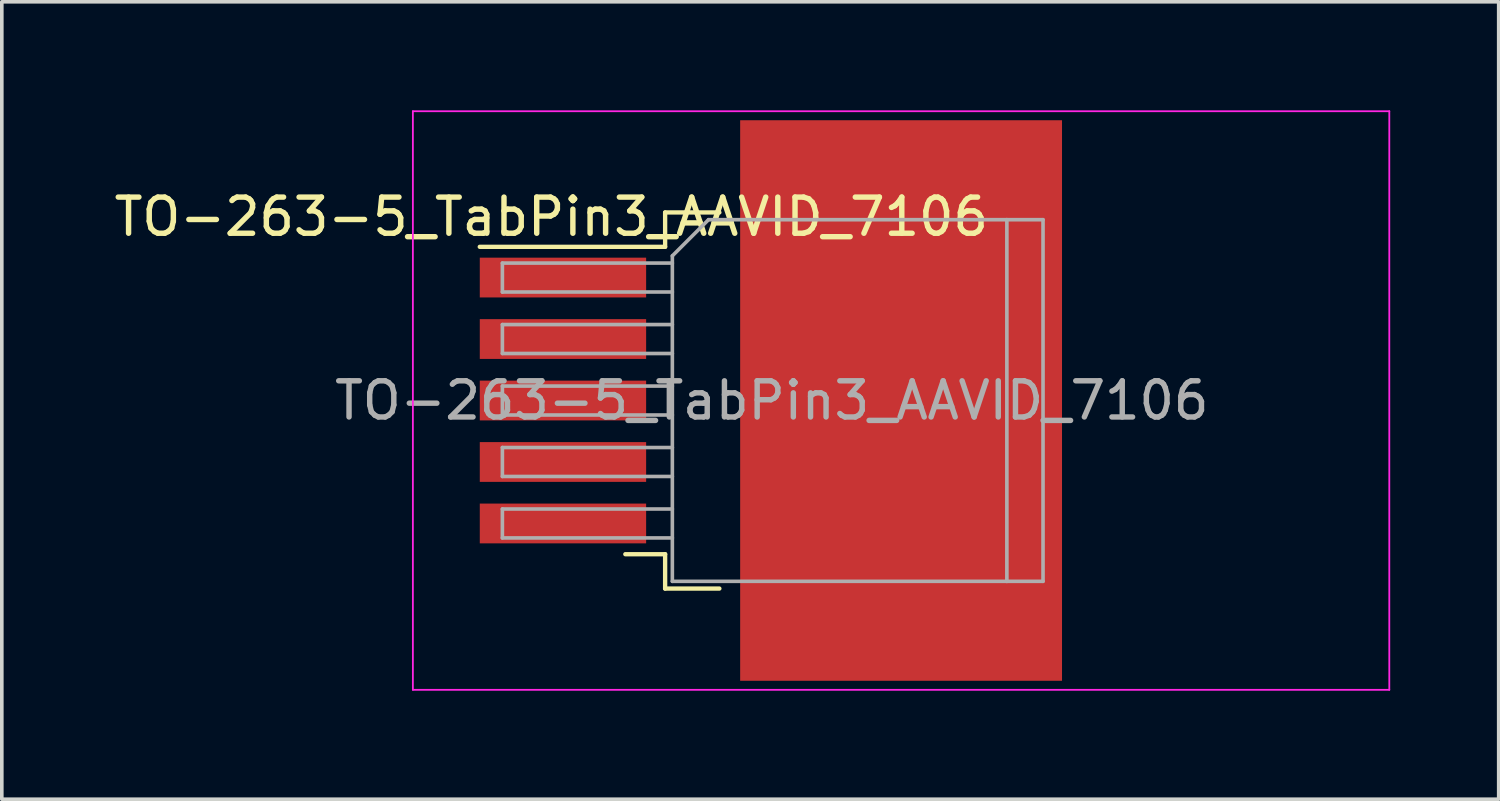
<source format=kicad_pcb>
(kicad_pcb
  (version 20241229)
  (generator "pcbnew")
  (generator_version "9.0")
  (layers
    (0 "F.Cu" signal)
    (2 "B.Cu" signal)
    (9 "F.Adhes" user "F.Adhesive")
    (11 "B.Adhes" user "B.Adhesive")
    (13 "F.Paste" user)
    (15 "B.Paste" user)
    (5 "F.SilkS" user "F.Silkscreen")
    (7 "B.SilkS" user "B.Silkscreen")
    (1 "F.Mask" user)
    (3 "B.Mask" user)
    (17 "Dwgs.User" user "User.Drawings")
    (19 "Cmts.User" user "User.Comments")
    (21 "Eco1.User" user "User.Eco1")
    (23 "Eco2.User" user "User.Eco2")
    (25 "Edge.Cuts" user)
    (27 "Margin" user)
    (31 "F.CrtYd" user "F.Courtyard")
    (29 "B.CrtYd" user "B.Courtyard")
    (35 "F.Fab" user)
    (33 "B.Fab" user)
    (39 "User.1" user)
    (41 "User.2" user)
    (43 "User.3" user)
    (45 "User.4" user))
  (footprint "TO-263-5_TabPin3_AAVID_7106"
    (layer "F.Cu")
    (at 18.292 8.025)
    (property "Reference" "TO-263-5_TabPin3_AAVID_7106" (at -6.096 -5.08 0) (layer "F.SilkS") (effects (font (size 1 1) (thickness 0.15))))
    (attr smd)
    (fp_line (start -2.95 -5.2) (end -2.95 -4.25) (stroke (width 0.12) (type solid)) (layer "F.SilkS"))
    (fp_line (start -2.95 -4.25) (end -8.075 -4.25) (stroke (width 0.12) (type solid)) (layer "F.SilkS"))
    (fp_line (start -2.95 4.25) (end -4.05 4.25) (stroke (width 0.12) (type solid)) (layer "F.SilkS"))
    (fp_line (start -2.95 5.2) (end -2.95 4.25) (stroke (width 0.12) (type solid)) (layer "F.SilkS"))
    (fp_line (start -1.45 -5.2) (end -2.95 -5.2) (stroke (width 0.12) (type solid)) (layer "F.SilkS"))
    (fp_line (start -1.45 5.2) (end -2.95 5.2) (stroke (width 0.12) (type solid)) (layer "F.SilkS"))
    (fp_line (start -9.925 -8) (end -9.925 8) (stroke (width 0.05) (type solid)) (layer "F.CrtYd"))
    (fp_line (start -9.925 8) (end 17.075 8) (stroke (width 0.05) (type solid)) (layer "F.CrtYd"))
    (fp_line (start 17.075 -8) (end -9.925 -8) (stroke (width 0.05) (type solid)) (layer "F.CrtYd"))
    (fp_line (start 17.075 8) (end 17.075 -8) (stroke (width 0.05) (type solid)) (layer "F.CrtYd"))
    (fp_line (start -7.45 -3.8) (end -7.45 -3) (stroke (width 0.1) (type solid)) (layer "F.Fab"))
    (fp_line (start -7.45 -3) (end -2.75 -3) (stroke (width 0.1) (type solid)) (layer "F.Fab"))
    (fp_line (start -7.45 -2.1) (end -7.45 -1.3) (stroke (width 0.1) (type solid)) (layer "F.Fab"))
    (fp_line (start -7.45 -1.3) (end -2.75 -1.3) (stroke (width 0.1) (type solid)) (layer "F.Fab"))
    (fp_line (start -7.45 -0.4) (end -7.45 0.4) (stroke (width 0.1) (type solid)) (layer "F.Fab"))
    (fp_line (start -7.45 0.4) (end -2.75 0.4) (stroke (width 0.1) (type solid)) (layer "F.Fab"))
    (fp_line (start -7.45 1.3) (end -7.45 2.1) (stroke (width 0.1) (type solid)) (layer "F.Fab"))
    (fp_line (start -7.45 2.1) (end -2.75 2.1) (stroke (width 0.1) (type solid)) (layer "F.Fab"))
    (fp_line (start -7.45 3) (end -7.45 3.8) (stroke (width 0.1) (type solid)) (layer "F.Fab"))
    (fp_line (start -7.45 3.8) (end -2.75 3.8) (stroke (width 0.1) (type solid)) (layer "F.Fab"))
    (fp_line (start -2.75 -4) (end -1.75 -5) (stroke (width 0.1) (type solid)) (layer "F.Fab"))
    (fp_line (start -2.75 -3.8) (end -7.45 -3.8) (stroke (width 0.1) (type solid)) (layer "F.Fab"))
    (fp_line (start -2.75 -2.1) (end -7.45 -2.1) (stroke (width 0.1) (type solid)) (layer "F.Fab"))
    (fp_line (start -2.75 -0.4) (end -7.45 -0.4) (stroke (width 0.1) (type solid)) (layer "F.Fab"))
    (fp_line (start -2.75 1.3) (end -7.45 1.3) (stroke (width 0.1) (type solid)) (layer "F.Fab"))
    (fp_line (start -2.75 3) (end -7.45 3) (stroke (width 0.1) (type solid)) (layer "F.Fab"))
    (fp_line (start -2.75 5) (end -2.75 -4) (stroke (width 0.1) (type solid)) (layer "F.Fab"))
    (fp_line (start -1.75 -5) (end 6.5 -5) (stroke (width 0.1) (type solid)) (layer "F.Fab"))
    (fp_line (start 6.5 -5) (end 6.5 5) (stroke (width 0.1) (type solid)) (layer "F.Fab"))
    (fp_line (start 6.5 -5) (end 7.5 -5) (stroke (width 0.1) (type solid)) (layer "F.Fab"))
    (fp_line (start 6.5 5) (end -2.75 5) (stroke (width 0.1) (type solid)) (layer "F.Fab"))
    (fp_line (start 7.5 -5) (end 7.5 5) (stroke (width 0.1) (type solid)) (layer "F.Fab"))
    (fp_line (start 7.5 5) (end 6.5 5) (stroke (width 0.1) (type solid)) (layer "F.Fab"))
    (fp_text user "${REFERENCE}" (at 0 0 0) (layer "F.Fab") (effects (font (size 1 1) (thickness 0.15))))
    (pad "1" smd rect (at -5.775 -3.4) (size 4.6 1.1) (layers "F.Cu" "F.Mask" "F.Paste"))
    (pad "2" smd rect (at -5.775 -1.7) (size 4.6 1.1) (layers "F.Cu" "F.Mask" "F.Paste"))
    (pad "3" smd rect (at -5.775 0) (size 4.6 1.1) (layers "F.Cu" "F.Mask" "F.Paste"))
    (pad "3" smd rect (at 3.575 0) (size 8.9 15.5) (layers "F.Cu" "F.Mask" "F.Paste"))
    (pad "4" smd rect (at -5.775 1.7) (size 4.6 1.1) (layers "F.Cu" "F.Mask" "F.Paste"))
    (pad "5" smd rect (at -5.775 3.4) (size 4.6 1.1) (layers "F.Cu" "F.Mask" "F.Paste")))
  (gr_rect
    (start -3 -3)
    (end 38.392 19.05)
    (stroke (width 0.1) (type default))
    (fill no)
    (layer "Edge.Cuts")))
</source>
